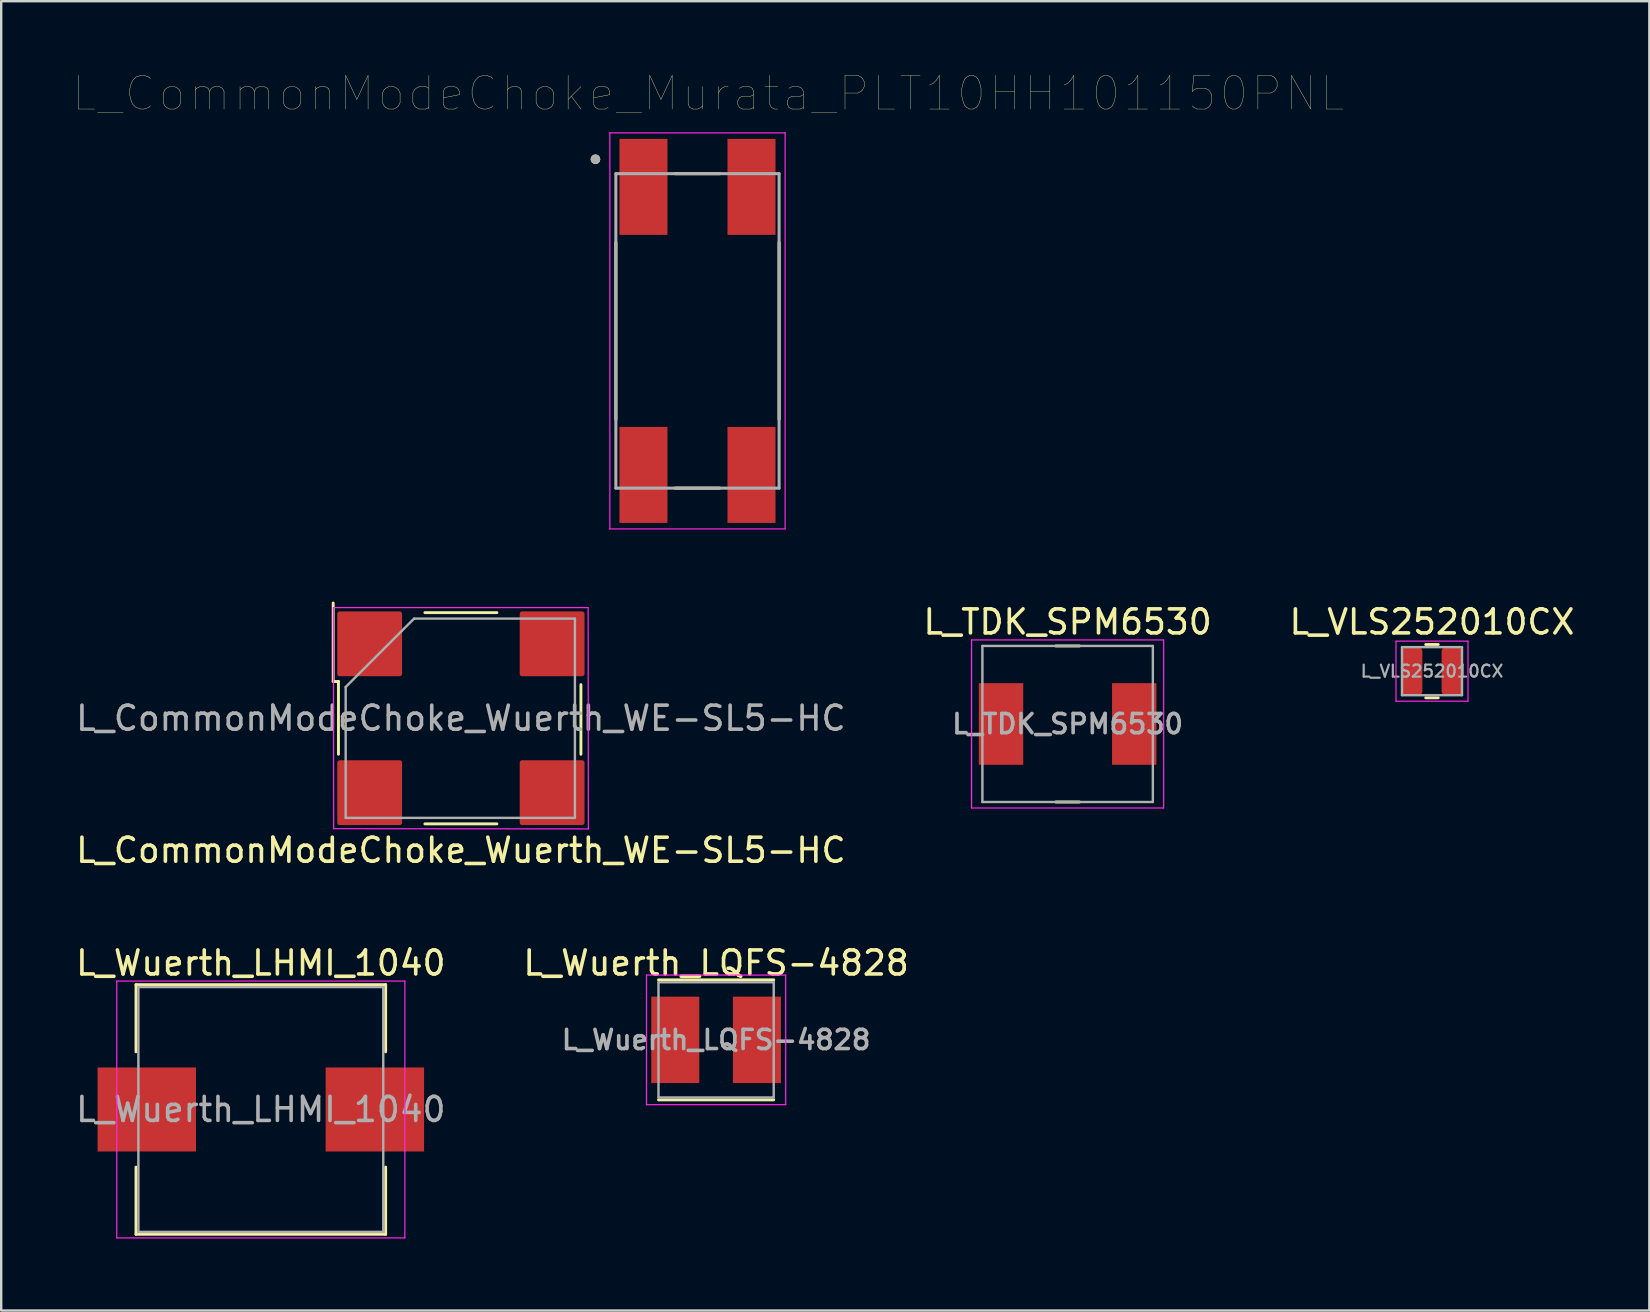
<source format=kicad_pcb>
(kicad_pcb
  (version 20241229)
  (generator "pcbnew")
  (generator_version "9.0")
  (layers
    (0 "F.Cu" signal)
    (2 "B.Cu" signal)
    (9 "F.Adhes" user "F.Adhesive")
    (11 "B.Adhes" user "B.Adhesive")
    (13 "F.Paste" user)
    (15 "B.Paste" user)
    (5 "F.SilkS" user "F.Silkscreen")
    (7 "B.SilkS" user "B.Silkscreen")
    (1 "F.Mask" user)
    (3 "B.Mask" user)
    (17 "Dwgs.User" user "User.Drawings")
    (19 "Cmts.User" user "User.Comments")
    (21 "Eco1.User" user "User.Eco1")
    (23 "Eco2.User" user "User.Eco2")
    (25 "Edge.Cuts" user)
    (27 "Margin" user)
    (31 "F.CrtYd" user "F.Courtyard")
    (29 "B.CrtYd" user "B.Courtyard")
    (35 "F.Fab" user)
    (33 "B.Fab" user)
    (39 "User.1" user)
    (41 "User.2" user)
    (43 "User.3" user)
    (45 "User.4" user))
  (footprint "L_CommonModeChoke_Murata_PLT10HH101150PNL"
    (layer "F.Cu")
    (at 26.004 10.734)
    (property "Reference" "L_CommonModeChoke_Murata_PLT10HH101150PNL" (at 0.445 -9.889 0) (layer "F.SilkS") (effects (font (size 1.4 1.4) (thickness 0.015))))
    (attr smd)
    (fp_poly (pts (xy -3.25 -8) (xy -1.25 -8) (xy -1.25 -4) (xy -3.25 -4)) (stroke (width 0.01) (type solid)) (fill yes) (layer "F.Mask"))
    (fp_poly (pts (xy -3.25 4) (xy -1.25 4) (xy -1.25 8) (xy -3.25 8)) (stroke (width 0.01) (type solid)) (fill yes) (layer "F.Mask"))
    (fp_poly (pts (xy 1.25 -8) (xy 3.25 -8) (xy 3.25 -4) (xy 1.25 -4)) (stroke (width 0.01) (type solid)) (fill yes) (layer "F.Mask"))
    (fp_poly (pts (xy 1.25 4) (xy 3.25 4) (xy 3.25 8) (xy 1.25 8)) (stroke (width 0.01) (type solid)) (fill yes) (layer "F.Mask"))
    (fp_line (start -3.4 3.68) (end -3.4 -3.68) (stroke (width 0.127) (type solid)) (layer "F.SilkS"))
    (fp_line (start -0.93 -6.55) (end 0.93 -6.55) (stroke (width 0.127) (type solid)) (layer "F.SilkS"))
    (fp_line (start 0.93 6.55) (end -0.93 6.55) (stroke (width 0.127) (type solid)) (layer "F.SilkS"))
    (fp_line (start 3.4 -3.68) (end 3.4 3.68) (stroke (width 0.127) (type solid)) (layer "F.SilkS"))
    (fp_circle (center -4.25 -7.15) (end -4.15 -7.15) (stroke (width 0.2) (type solid)) (fill no) (layer "F.SilkS"))
    (fp_line (start -3.65 -8.25) (end 3.65 -8.25) (stroke (width 0.05) (type solid)) (layer "F.CrtYd"))
    (fp_line (start -3.65 8.25) (end -3.65 -8.25) (stroke (width 0.05) (type solid)) (layer "F.CrtYd"))
    (fp_line (start 3.65 -8.25) (end 3.65 8.25) (stroke (width 0.05) (type solid)) (layer "F.CrtYd"))
    (fp_line (start 3.65 8.25) (end -3.65 8.25) (stroke (width 0.05) (type solid)) (layer "F.CrtYd"))
    (fp_line (start -3.4 -6.55) (end 3.4 -6.55) (stroke (width 0.127) (type solid)) (layer "F.Fab"))
    (fp_line (start -3.4 6.55) (end -3.4 -6.55) (stroke (width 0.127) (type solid)) (layer "F.Fab"))
    (fp_line (start 3.4 -6.55) (end 3.4 6.55) (stroke (width 0.127) (type solid)) (layer "F.Fab"))
    (fp_line (start 3.4 6.55) (end -3.4 6.55) (stroke (width 0.127) (type solid)) (layer "F.Fab"))
    (fp_circle (center -4.25 -7.15) (end -4.15 -7.15) (stroke (width 0.2) (type solid)) (fill no) (layer "F.Fab"))
    (pad "1" smd rect (at -2.25 -6) (size 2 4) (layers "F.Cu" "F.Paste"))
    (pad "2" smd rect (at 2.25 -6) (size 2 4) (layers "F.Cu" "F.Paste"))
    (pad "3" smd rect (at 2.25 6) (size 2 4) (layers "F.Cu" "F.Paste"))
    (pad "4" smd rect (at -2.25 6) (size 2 4) (layers "F.Cu" "F.Paste")))
  (footprint "L_Wuerth_LHMI_1040"
    (layer "F.Cu")
    (at 7.815 43.166)
    (property "Reference" "L_Wuerth_LHMI_1040" (at 0 -6.1 0) (layer "F.SilkS") (effects (font (size 1 1) (thickness 0.15))))
    (attr smd)
    (fp_line (start -5.2 -5.2) (end 5.2 -5.2) (stroke (width 0.12) (type solid)) (layer "F.SilkS"))
    (fp_line (start -5.2 -2.4) (end -5.2 -5.2) (stroke (width 0.12) (type solid)) (layer "F.SilkS"))
    (fp_line (start -5.2 2.4) (end -5.2 5.2) (stroke (width 0.12) (type solid)) (layer "F.SilkS"))
    (fp_line (start -5.2 5.2) (end 5.2 5.2) (stroke (width 0.12) (type solid)) (layer "F.SilkS"))
    (fp_line (start 5.2 -5.2) (end 5.2 -2.4) (stroke (width 0.12) (type solid)) (layer "F.SilkS"))
    (fp_line (start 5.2 5.2) (end 5.2 2.4) (stroke (width 0.12) (type solid)) (layer "F.SilkS"))
    (fp_line (start -6 -5.35) (end -6 5.35) (stroke (width 0.05) (type solid)) (layer "F.CrtYd"))
    (fp_line (start -6 5.35) (end 6 5.35) (stroke (width 0.05) (type solid)) (layer "F.CrtYd"))
    (fp_line (start 6 -5.35) (end -6 -5.35) (stroke (width 0.05) (type solid)) (layer "F.CrtYd"))
    (fp_line (start 6 5.35) (end 6 -5.35) (stroke (width 0.05) (type solid)) (layer "F.CrtYd"))
    (fp_line (start -5.1 -5.1) (end -5.1 5.1) (stroke (width 0.1) (type solid)) (layer "F.Fab"))
    (fp_line (start -5.1 5.1) (end 5.1 5.1) (stroke (width 0.1) (type solid)) (layer "F.Fab"))
    (fp_line (start 5.1 -5.1) (end -5.1 -5.1) (stroke (width 0.1) (type solid)) (layer "F.Fab"))
    (fp_line (start 5.1 5.1) (end 5.1 -5.1) (stroke (width 0.1) (type solid)) (layer "F.Fab"))
    (fp_text user "${REFERENCE}" (at 0 0 0) (layer "F.Fab") (effects (font (size 1 1) (thickness 0.15))))
    (pad "1" smd rect (at -4.75 0) (size 4.1 3.5) (layers "F.Cu" "F.Mask" "F.Paste"))
    (pad "2" smd rect (at 4.75 0) (size 4.1 3.5) (layers "F.Cu" "F.Mask" "F.Paste")))
  (footprint "L_VLS252010CX"
    (layer "F.Cu")
    (at 56.601 24.908)
    (property "Reference" "L_VLS252010CX" (at 0 -2.05 0) (layer "F.SilkS") (effects (font (size 1 1) (thickness 0.15))))
    (attr smd)
    (fp_line (start -0.261 -1.11) (end 0.261 -1.11) (stroke (width 0.12) (type solid)) (layer "F.SilkS"))
    (fp_line (start -0.261 1.11) (end 0.261 1.11) (stroke (width 0.12) (type solid)) (layer "F.SilkS"))
    (fp_line (start -1.5 -1.25) (end 1.5 -1.25) (stroke (width 0.05) (type solid)) (layer "F.CrtYd"))
    (fp_line (start -1.5 1.25) (end -1.5 -1.25) (stroke (width 0.05) (type solid)) (layer "F.CrtYd"))
    (fp_line (start 1.5 -1.25) (end 1.5 1.25) (stroke (width 0.05) (type solid)) (layer "F.CrtYd"))
    (fp_line (start 1.5 1.25) (end -1.5 1.25) (stroke (width 0.05) (type solid)) (layer "F.CrtYd"))
    (fp_line (start -1.25 -1) (end 1.25 -1) (stroke (width 0.1) (type solid)) (layer "F.Fab"))
    (fp_line (start -1.25 1) (end -1.25 -1) (stroke (width 0.1) (type solid)) (layer "F.Fab"))
    (fp_line (start 1.25 -1) (end 1.25 1) (stroke (width 0.1) (type solid)) (layer "F.Fab"))
    (fp_line (start 1.25 1) (end -1.25 1) (stroke (width 0.1) (type solid)) (layer "F.Fab"))
    (fp_text user "${REFERENCE}" (at 0 0 0) (layer "F.Fab") (effects (font (size 0.5 0.5) (thickness 0.09))))
    (pad "1" smd roundrect (at -0.825 0 180) (size 0.85 2) (layers "F.Cu" "F.Mask" "F.Paste") (roundrect_rratio 0.2))
    (pad "2" smd roundrect (at 0.825 0) (size 0.85 2) (layers "F.Cu" "F.Mask" "F.Paste") (roundrect_rratio 0.2)))
  (footprint "L_CommonModeChoke_Wuerth_WE-SL5-HC"
    (layer "F.Cu")
    (at 16.149 26.869)
    (property "Reference" "L_CommonModeChoke_Wuerth_WE-SL5-HC" (at 0 5.5 0) (layer "F.SilkS") (effects (font (size 1 1) (thickness 0.15))))
    (attr smd)
    (fp_line (start -5.32 -1.53) (end -5.32 -4.8) (stroke (width 0.12) (type solid)) (layer "F.SilkS"))
    (fp_line (start -5.1 -1.53) (end -5.32 -1.53) (stroke (width 0.12) (type solid)) (layer "F.SilkS"))
    (fp_line (start -5.1 1.5) (end -5.1 -1.53) (stroke (width 0.12) (type solid)) (layer "F.SilkS"))
    (fp_line (start -1.5 -4.4) (end 1.5 -4.4) (stroke (width 0.12) (type solid)) (layer "F.SilkS"))
    (fp_line (start -1.5 4.4) (end 1.5 4.4) (stroke (width 0.12) (type solid)) (layer "F.SilkS"))
    (fp_line (start 5 1.5) (end 5 -1.4) (stroke (width 0.12) (type solid)) (layer "F.SilkS"))
    (fp_line (start -5.31 -4.61) (end 5.3 -4.61) (stroke (width 0.05) (type solid)) (layer "F.CrtYd"))
    (fp_line (start -5.3 4.6) (end -5.31 -4.61) (stroke (width 0.05) (type solid)) (layer "F.CrtYd"))
    (fp_line (start -5.3 4.6) (end 5.31 4.61) (stroke (width 0.05) (type solid)) (layer "F.CrtYd"))
    (fp_line (start 5.31 4.61) (end 5.3 -4.61) (stroke (width 0.05) (type solid)) (layer "F.CrtYd"))
    (fp_line (start -4.8 -1.3) (end -1.95 -4.15) (stroke (width 0.1) (type solid)) (layer "F.Fab"))
    (fp_line (start -4.8 4.15) (end -4.8 -1.3) (stroke (width 0.1) (type solid)) (layer "F.Fab"))
    (fp_line (start -1.95 -4.15) (end 4.75 -4.15) (stroke (width 0.1) (type solid)) (layer "F.Fab"))
    (fp_line (start 4.75 -4.15) (end 4.75 4.15) (stroke (width 0.1) (type solid)) (layer "F.Fab"))
    (fp_line (start 4.75 4.15) (end -4.8 4.15) (stroke (width 0.1) (type solid)) (layer "F.Fab"))
    (fp_text user "${REFERENCE}" (at 0 0 0) (layer "F.Fab") (effects (font (size 1 1) (thickness 0.15))))
    (pad "1" smd roundrect (at -3.8 -3.1 90) (size 2.7 2.7) (layers "F.Cu" "F.Mask" "F.Paste") (roundrect_rratio 0.037))
    (pad "2" smd roundrect (at -3.8 3.1 90) (size 2.7 2.7) (layers "F.Cu" "F.Mask" "F.Paste") (roundrect_rratio 0.037))
    (pad "3" smd roundrect (at 3.8 3.1 90) (size 2.7 2.7) (layers "F.Cu" "F.Mask" "F.Paste") (roundrect_rratio 0.037))
    (pad "4" smd roundrect (at 3.8 -3.1 90) (size 2.7 2.7) (layers "F.Cu" "F.Mask" "F.Paste") (roundrect_rratio 0.037)))
  (footprint "L_TDK_SPM6530"
    (layer "F.Cu")
    (at 41.423 27.108)
    (property "Reference" "L_TDK_SPM6530" (at 0 -4.25 0) (layer "F.SilkS") (effects (font (size 1 1) (thickness 0.15))))
    (attr smd)
    (fp_line (start -0.495 -3.25) (end 0.495 -3.25) (stroke (width 0.12) (type solid)) (layer "F.SilkS"))
    (fp_line (start -0.495 3.25) (end 0.495 3.25) (stroke (width 0.12) (type solid)) (layer "F.SilkS"))
    (fp_line (start -4 3.5) (end -4 -3.5) (stroke (width 0.05) (type solid)) (layer "F.CrtYd"))
    (fp_line (start -4 3.5) (end 4 3.5) (stroke (width 0.05) (type solid)) (layer "F.CrtYd"))
    (fp_line (start 4 -3.5) (end -4 -3.5) (stroke (width 0.05) (type solid)) (layer "F.CrtYd"))
    (fp_line (start 4 -3.5) (end 4 3.5) (stroke (width 0.05) (type solid)) (layer "F.CrtYd"))
    (fp_line (start -3.55 -3.25) (end -3.55 3.25) (stroke (width 0.1) (type solid)) (layer "F.Fab"))
    (fp_line (start -3.55 3.25) (end 3.55 3.25) (stroke (width 0.1) (type solid)) (layer "F.Fab"))
    (fp_line (start 3.55 -3.25) (end -3.55 -3.25) (stroke (width 0.1) (type solid)) (layer "F.Fab"))
    (fp_line (start 3.55 3.25) (end 3.55 -3.25) (stroke (width 0.1) (type solid)) (layer "F.Fab"))
    (fp_text user "${REFERENCE}" (at 0 0 0) (layer "F.Fab") (effects (font (size 0.8 0.8) (thickness 0.15))))
    (pad "1" smd rect (at -2.775 0) (size 1.85 3.4) (layers "F.Cu" "F.Mask" "F.Paste"))
    (pad "2" smd rect (at 2.775 0) (size 1.85 3.4) (layers "F.Cu" "F.Mask" "F.Paste")))
  (footprint "L_Wuerth_LQFS-4828"
    (layer "F.Cu")
    (at 26.78 40.266)
    (property "Reference" "L_Wuerth_LQFS-4828" (at 0 -3.2 0) (layer "F.SilkS") (effects (font (size 1 1) (thickness 0.15))))
    (attr smd)
    (fp_line (start -2.4 2.5) (end 2.4 2.5) (stroke (width 0.12) (type solid)) (layer "F.SilkS"))
    (fp_line (start 2.4 -2.5) (end -2.4 -2.5) (stroke (width 0.12) (type solid)) (layer "F.SilkS"))
    (fp_line (start -2.9 -2.7) (end -2.9 2.7) (stroke (width 0.05) (type solid)) (layer "F.CrtYd"))
    (fp_line (start 2.9 -2.7) (end -2.9 -2.7) (stroke (width 0.05) (type solid)) (layer "F.CrtYd"))
    (fp_line (start 2.9 2.7) (end -2.9 2.7) (stroke (width 0.05) (type solid)) (layer "F.CrtYd"))
    (fp_line (start 2.9 2.7) (end 2.9 -2.7) (stroke (width 0.05) (type solid)) (layer "F.CrtYd"))
    (fp_line (start -2.4 -2.4) (end -2.4 2.4) (stroke (width 0.1) (type solid)) (layer "F.Fab"))
    (fp_line (start -2.4 2.4) (end 2.4 2.4) (stroke (width 0.1) (type solid)) (layer "F.Fab"))
    (fp_line (start 2.4 -2.4) (end -2.4 -2.4) (stroke (width 0.1) (type solid)) (layer "F.Fab"))
    (fp_line (start 2.4 2.4) (end 2.4 -2.4) (stroke (width 0.1) (type solid)) (layer "F.Fab"))
    (fp_text user "${REFERENCE}" (at 0 0 0) (layer "F.Fab") (effects (font (size 0.8 0.8) (thickness 0.15))))
    (pad "1" smd rect (at -1.7 0) (size 2 3.6) (layers "F.Cu" "F.Mask" "F.Paste"))
    (pad "2" smd rect (at 1.7 0) (size 2 3.6) (layers "F.Cu" "F.Mask" "F.Paste")))
  (gr_rect
    (start -3 -3)
    (end 65.655 51.541)
    (stroke (width 0.1) (type default))
    (fill no)
    (layer "Edge.Cuts")))
</source>
